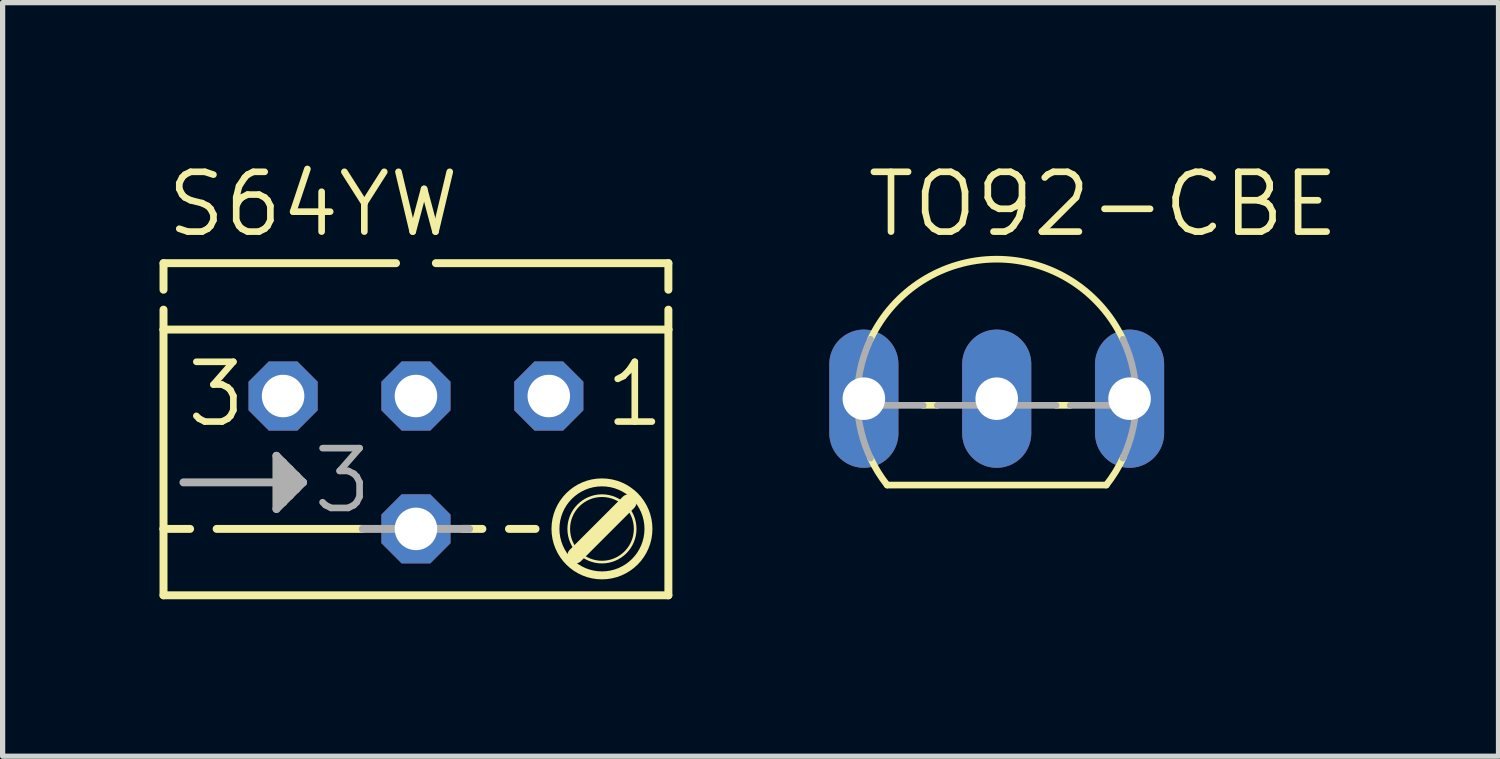
<source format=kicad_pcb>
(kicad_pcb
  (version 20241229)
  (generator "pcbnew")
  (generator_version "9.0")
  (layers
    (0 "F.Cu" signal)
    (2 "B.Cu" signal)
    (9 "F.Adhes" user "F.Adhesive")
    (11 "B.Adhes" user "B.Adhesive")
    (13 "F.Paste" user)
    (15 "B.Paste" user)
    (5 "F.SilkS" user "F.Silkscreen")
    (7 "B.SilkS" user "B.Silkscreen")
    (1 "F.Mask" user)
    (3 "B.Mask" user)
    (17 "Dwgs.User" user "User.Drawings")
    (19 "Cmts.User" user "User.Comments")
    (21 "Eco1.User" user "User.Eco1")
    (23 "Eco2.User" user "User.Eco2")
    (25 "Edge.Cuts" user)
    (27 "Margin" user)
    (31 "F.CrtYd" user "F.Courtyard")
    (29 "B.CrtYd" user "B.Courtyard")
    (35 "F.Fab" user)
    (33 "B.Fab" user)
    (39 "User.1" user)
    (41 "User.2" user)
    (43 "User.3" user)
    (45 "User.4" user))
  (footprint "S64YW"
    (layer "F.Cu")
    (at 4.902 5.791)
    (property "Reference" "S64YW" (at -4.826 -4.267 0) (layer "F.SilkS") (effects (font (size 1.143 1.143) (thickness 0.127)) (justify left bottom)))
    (fp_line (start -4.826 -3.81) (end -4.826 -3.302) (stroke (width 0.152) (type solid)) (layer "F.SilkS"))
    (fp_line (start -4.826 -3.81) (end -0.381 -3.81) (stroke (width 0.152) (type solid)) (layer "F.SilkS"))
    (fp_line (start -4.826 -2.921) (end -4.826 -2.54) (stroke (width 0.152) (type solid)) (layer "F.SilkS"))
    (fp_line (start -4.826 1.27) (end -4.826 -2.54) (stroke (width 0.152) (type solid)) (layer "F.SilkS"))
    (fp_line (start -4.826 1.27) (end -4.318 1.27) (stroke (width 0.152) (type solid)) (layer "F.SilkS"))
    (fp_line (start -4.826 2.54) (end -4.826 1.27) (stroke (width 0.152) (type solid)) (layer "F.SilkS"))
    (fp_line (start -4.826 2.54) (end 4.826 2.54) (stroke (width 0.152) (type solid)) (layer "F.SilkS"))
    (fp_line (start -1.016 1.27) (end -3.81 1.27) (stroke (width 0.152) (type solid)) (layer "F.SilkS"))
    (fp_line (start 0.381 -3.81) (end 4.826 -3.81) (stroke (width 0.152) (type solid)) (layer "F.SilkS"))
    (fp_line (start 1.27 1.27) (end 0.889 1.27) (stroke (width 0.152) (type solid)) (layer "F.SilkS"))
    (fp_line (start 1.778 1.27) (end 2.286 1.27) (stroke (width 0.152) (type solid)) (layer "F.SilkS"))
    (fp_line (start 4.064 0.762) (end 3.048 1.778) (stroke (width 0.305) (type solid)) (layer "F.SilkS"))
    (fp_line (start 4.826 -3.81) (end 4.826 -3.302) (stroke (width 0.152) (type solid)) (layer "F.SilkS"))
    (fp_line (start 4.826 -2.921) (end 4.826 -2.54) (stroke (width 0.152) (type solid)) (layer "F.SilkS"))
    (fp_line (start 4.826 -2.54) (end -4.826 -2.54) (stroke (width 0.152) (type solid)) (layer "F.SilkS"))
    (fp_line (start 4.826 -2.54) (end 4.826 2.54) (stroke (width 0.152) (type solid)) (layer "F.SilkS"))
    (fp_circle (center 3.556 1.27) (end 4.191 1.27) (stroke (width 0.051) (type solid)) (fill no) (layer "F.SilkS"))
    (fp_circle (center 3.556 1.27) (end 4.445 1.27) (stroke (width 0.152) (type solid)) (fill no) (layer "F.SilkS"))
    (fp_line (start -4.445 0.381) (end -2.54 0.381) (stroke (width 0.152) (type solid)) (layer "F.Fab"))
    (fp_line (start -2.667 -0.127) (end -2.667 0.889) (stroke (width 0.152) (type solid)) (layer "F.Fab"))
    (fp_line (start -2.667 0.889) (end -2.54 0.762) (stroke (width 0.152) (type solid)) (layer "F.Fab"))
    (fp_line (start -2.54 0) (end -2.667 -0.127) (stroke (width 0.152) (type solid)) (layer "F.Fab"))
    (fp_line (start -2.54 0.381) (end -2.54 0) (stroke (width 0.152) (type solid)) (layer "F.Fab"))
    (fp_line (start -2.54 0.762) (end -2.54 0.381) (stroke (width 0.152) (type solid)) (layer "F.Fab"))
    (fp_line (start -2.413 0.127) (end -2.54 0) (stroke (width 0.152) (type solid)) (layer "F.Fab"))
    (fp_line (start -2.413 0.635) (end -2.54 0.762) (stroke (width 0.152) (type solid)) (layer "F.Fab"))
    (fp_line (start -2.413 0.635) (end -2.413 0.127) (stroke (width 0.152) (type solid)) (layer "F.Fab"))
    (fp_line (start -2.286 0.254) (end -2.413 0.127) (stroke (width 0.152) (type solid)) (layer "F.Fab"))
    (fp_line (start -2.286 0.508) (end -2.413 0.635) (stroke (width 0.152) (type solid)) (layer "F.Fab"))
    (fp_line (start -2.286 0.508) (end -2.286 0.254) (stroke (width 0.152) (type solid)) (layer "F.Fab"))
    (fp_line (start -2.159 0.381) (end -2.54 0.381) (stroke (width 0.152) (type solid)) (layer "F.Fab"))
    (fp_line (start -2.159 0.381) (end -2.286 0.254) (stroke (width 0.152) (type solid)) (layer "F.Fab"))
    (fp_line (start -2.159 0.381) (end -2.286 0.508) (stroke (width 0.152) (type solid)) (layer "F.Fab"))
    (fp_line (start 1.016 1.27) (end -1.016 1.27) (stroke (width 0.152) (type solid)) (layer "F.Fab"))
    (fp_text user "1" (at 3.556 -0.635 0) (layer "F.SilkS") (effects (font (size 1.143 1.143) (thickness 0.127)) (justify left bottom)))
    (fp_text user "3" (at -4.445 -0.635 0) (layer "F.SilkS") (effects (font (size 1.143 1.143) (thickness 0.127)) (justify left bottom)))
    (fp_text user "3" (at -2.032 1.016 0) (layer "F.Fab") (effects (font (size 1.143 1.143) (thickness 0.127)) (justify left bottom)))
    (pad "A" thru_hole roundrect (at 2.54 -1.27) (size 1.321 1.321) (drill 0.813) (layers "*.Cu" "*.Mask") (roundrect_rratio 0.25) (chamfer_ratio 0.293) (chamfer top_left top_right bottom_left bottom_right))
    (pad "E" thru_hole roundrect (at -2.54 -1.27) (size 1.321 1.321) (drill 0.813) (layers "*.Cu" "*.Mask") (roundrect_rratio 0.25) (chamfer_ratio 0.293) (chamfer top_left top_right bottom_left bottom_right))
    (pad "S" thru_hole roundrect (at 0 1.27) (size 1.321 1.321) (drill 0.813) (layers "*.Cu" "*.Mask") (roundrect_rratio 0.25) (chamfer_ratio 0.293) (chamfer top_left top_right bottom_left bottom_right))
    (pad "S@1" thru_hole roundrect (at 0 -1.27) (size 1.321 1.321) (drill 0.813) (layers "*.Cu" "*.Mask") (roundrect_rratio 0.25) (chamfer_ratio 0.293) (chamfer top_left top_right bottom_left bottom_right)))
  (footprint "TO92-CBE"
    (layer "F.Cu")
    (at 16.005 4.572)
    (property "Reference" "TO92-CBE" (at -2.54 -3.048 0) (layer "F.SilkS") (effects (font (size 1.143 1.143) (thickness 0.127)) (justify left bottom)))
    (fp_line (start -2.095 1.651) (end 2.095 1.651) (stroke (width 0.127) (type solid)) (layer "F.SilkS"))
    (fp_line (start -1.136 0.127) (end -1.404 0.127) (stroke (width 0.127) (type solid)) (layer "F.SilkS"))
    (fp_line (start 1.404 0.127) (end 1.136 0.127) (stroke (width 0.127) (type solid)) (layer "F.SilkS"))
    (fp_arc (start -2.413 -1.1359) (mid -0.000001 -2.666986) (end 2.412999 -1.135901) (stroke (width 0.127) (type solid)) (layer "F.SilkS"))
    (fp_arc (start -2.095 1.651) (mid -2.268918 1.40252) (end -2.4135 1.1359) (stroke (width 0.127) (type solid)) (layer "F.SilkS"))
    (fp_arc (start 2.4247 1.1118) (mid 2.275878 1.391201) (end 2.095 1.651) (stroke (width 0.127) (type solid)) (layer "F.SilkS"))
    (fp_line (start -1.404 0.127) (end -2.664 0.127) (stroke (width 0.127) (type solid)) (layer "F.Fab"))
    (fp_line (start 1.136 0.127) (end -1.136 0.127) (stroke (width 0.127) (type solid)) (layer "F.Fab"))
    (fp_line (start 2.664 0.127) (end 1.404 0.127) (stroke (width 0.127) (type solid)) (layer "F.Fab"))
    (fp_arc (start -2.664 0.127) (mid -2.615858 -0.519825) (end -2.413 -1.1359) (stroke (width 0.127) (type solid)) (layer "F.Fab"))
    (fp_arc (start -2.413 1.1359) (mid -2.588137 0.643799) (end -2.664 0.127) (stroke (width 0.127) (type solid)) (layer "F.Fab"))
    (fp_arc (start 2.413 -1.1359) (mid 2.615858 -0.519825) (end 2.664 0.127) (stroke (width 0.127) (type solid)) (layer "F.Fab"))
    (fp_arc (start 2.664 0.127) (mid 2.588137 0.643799) (end 2.413 1.1359) (stroke (width 0.127) (type solid)) (layer "F.Fab"))
    (pad "B" thru_hole oval (at 0 0 90) (size 2.642 1.321) (drill 0.813) (layers "*.Cu" "*.Mask"))
    (pad "C" thru_hole oval (at -2.54 0 90) (size 2.642 1.321) (drill 0.813) (layers "*.Cu" "*.Mask"))
    (pad "E" thru_hole oval (at 2.54 0 90) (size 2.642 1.321) (drill 0.813) (layers "*.Cu" "*.Mask")))
  (gr_rect
    (start -3 -3)
    (end 25.598 11.407)
    (stroke (width 0.1) (type default))
    (fill no)
    (layer "Edge.Cuts")))
</source>
